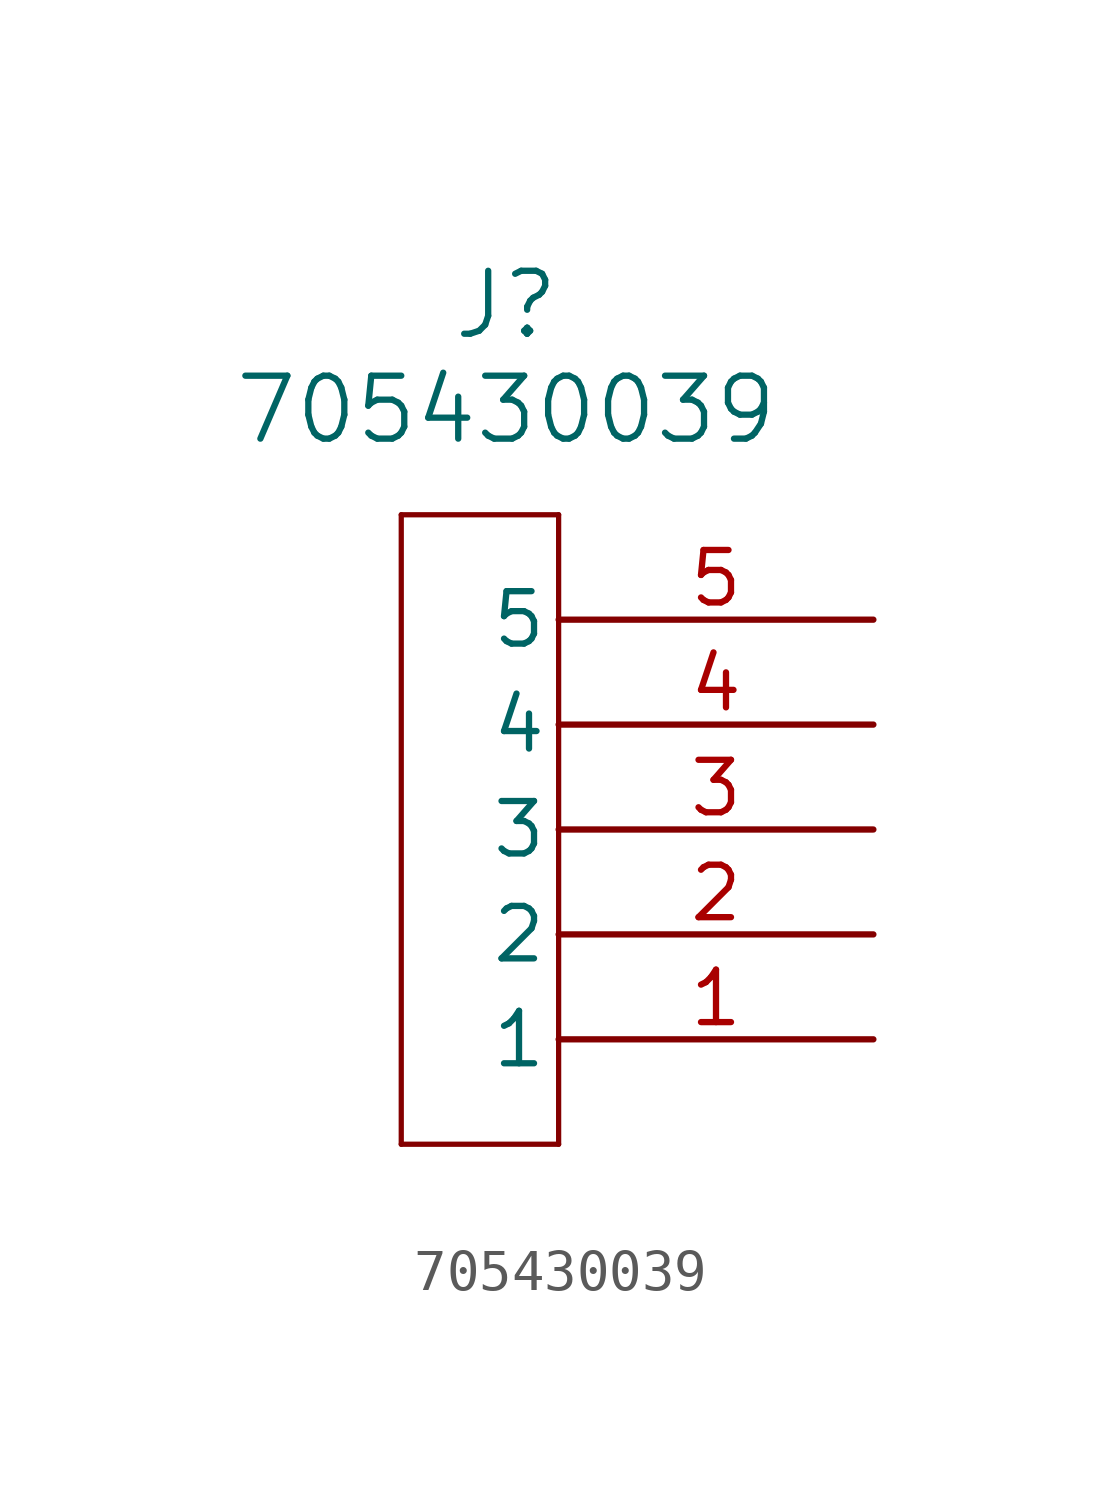
<source format=kicad_sym>
(kicad_symbol_lib
  (version 20220914)
  (generator kicad_symbol_editor)
  (symbol "705430039"
    (pin_names
      (offset 0.254))
    (property "Reference" "J"
      (at 2.54 5.08 0)
      (effects (font (size 1.524 1.524))))
    (property "Value" "705430039"
      (at 2.54 2.54 0)
      (effects (font (size 1.524 1.524))))
    (property "ki_locked" ""
      (at 0 0 0)
      (effects (font (size 1.27 1.27))))
    (symbol "705430039_0_1"
      (polyline (pts (xy 0 -15.24) (xy 3.81 -15.24)) (stroke (width 0.127) (type default)) (fill (type none)))
      (polyline (pts (xy 0 0) (xy 0 -15.24)) (stroke (width 0.127) (type default)) (fill (type none)))
      (polyline (pts (xy 3.81 -15.24) (xy 3.81 0)) (stroke (width 0.127) (type default)) (fill (type none)))
      (polyline (pts (xy 3.81 0) (xy 0 0)) (stroke (width 0.127) (type default)) (fill (type none))))
    (symbol "705430039_1_1"
      (pin unspecified line (at 11.43 -12.7 180) (length 7.62) (name "1" (effects (font (size 1.27 1.27)))) (number "1" (effects (font (size 1.27 1.27)))))
      (pin unspecified line (at 11.43 -10.16 180) (length 7.62) (name "2" (effects (font (size 1.27 1.27)))) (number "2" (effects (font (size 1.27 1.27)))))
      (pin unspecified line (at 11.43 -7.62 180) (length 7.62) (name "3" (effects (font (size 1.27 1.27)))) (number "3" (effects (font (size 1.27 1.27)))))
      (pin unspecified line (at 11.43 -5.08 180) (length 7.62) (name "4" (effects (font (size 1.27 1.27)))) (number "4" (effects (font (size 1.27 1.27)))))
      (pin unspecified line (at 11.43 -2.54 180) (length 7.62) (name "5" (effects (font (size 1.27 1.27)))) (number "5" (effects (font (size 1.27 1.27))))))))
</source>
